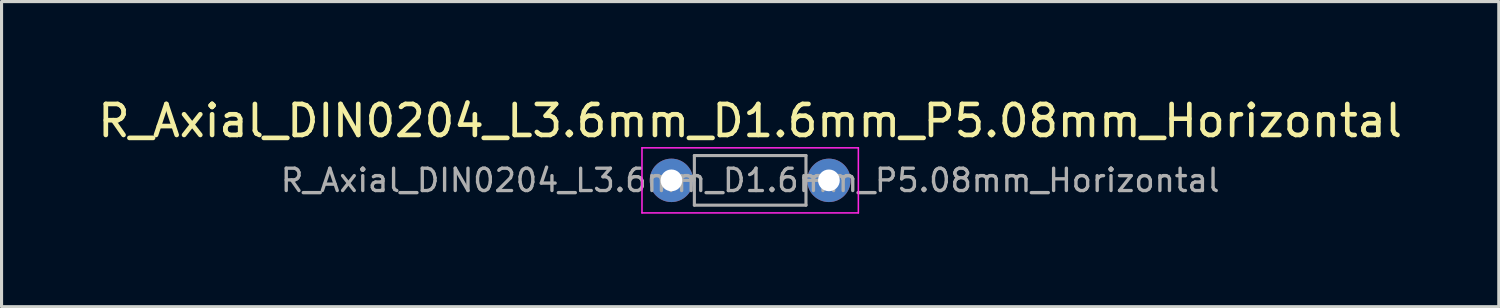
<source format=kicad_pcb>
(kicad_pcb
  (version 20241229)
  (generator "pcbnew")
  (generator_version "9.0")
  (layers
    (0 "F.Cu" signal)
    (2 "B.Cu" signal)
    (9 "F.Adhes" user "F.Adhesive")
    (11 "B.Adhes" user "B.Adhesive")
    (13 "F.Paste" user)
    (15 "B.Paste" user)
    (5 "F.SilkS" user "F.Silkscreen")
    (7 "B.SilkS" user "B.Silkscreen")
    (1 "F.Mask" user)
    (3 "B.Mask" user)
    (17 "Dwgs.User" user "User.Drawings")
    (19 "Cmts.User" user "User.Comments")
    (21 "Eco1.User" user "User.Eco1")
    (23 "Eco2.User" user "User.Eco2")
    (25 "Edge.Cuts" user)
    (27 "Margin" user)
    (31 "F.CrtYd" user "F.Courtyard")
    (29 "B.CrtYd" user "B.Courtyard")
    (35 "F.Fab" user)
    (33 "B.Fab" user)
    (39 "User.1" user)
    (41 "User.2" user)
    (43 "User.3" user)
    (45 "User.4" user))
  (footprint "R_Axial_DIN0204_L3.6mm_D1.6mm_P5.08mm_Horizontal"
    (layer "F.Cu")
    (at 18.609 2.768)
    (property "Reference" "R_Axial_DIN0204_L3.6mm_D1.6mm_P5.08mm_Horizontal" (at 2.54 -1.92 0) (layer "F.SilkS") (effects (font (size 1 1) (thickness 0.15))))
    (attr through_hole)
    (fp_line (start -0.95 -1.05) (end -0.95 1.05) (stroke (width 0.05) (type solid)) (layer "F.CrtYd"))
    (fp_line (start -0.95 1.05) (end 6.03 1.05) (stroke (width 0.05) (type solid)) (layer "F.CrtYd"))
    (fp_line (start 6.03 -1.05) (end -0.95 -1.05) (stroke (width 0.05) (type solid)) (layer "F.CrtYd"))
    (fp_line (start 6.03 1.05) (end 6.03 -1.05) (stroke (width 0.05) (type solid)) (layer "F.CrtYd"))
    (fp_line (start 0 0) (end 0.74 0) (stroke (width 0.1) (type solid)) (layer "F.Fab"))
    (fp_line (start 0.74 -0.8) (end 0.74 0.8) (stroke (width 0.1) (type solid)) (layer "F.Fab"))
    (fp_line (start 0.74 0.8) (end 4.34 0.8) (stroke (width 0.1) (type solid)) (layer "F.Fab"))
    (fp_line (start 4.34 -0.8) (end 0.74 -0.8) (stroke (width 0.1) (type solid)) (layer "F.Fab"))
    (fp_line (start 4.34 0.8) (end 4.34 -0.8) (stroke (width 0.1) (type solid)) (layer "F.Fab"))
    (fp_line (start 5.08 0) (end 4.34 0) (stroke (width 0.1) (type solid)) (layer "F.Fab"))
    (fp_text user "${REFERENCE}" (at 2.54 0 0) (layer "F.Fab") (effects (font (size 0.72 0.72) (thickness 0.108))))
    (pad "1" thru_hole circle (at 0 0) (size 1.4 1.4) (drill 0.7) (layers "*.Cu" "*.Mask"))
    (pad "2" thru_hole oval (at 5.08 0) (size 1.4 1.4) (drill 0.7) (layers "*.Cu" "*.Mask")))
  (gr_rect
    (start -3 -3)
    (end 45.298 6.843)
    (stroke (width 0.1) (type default))
    (fill no)
    (layer "Edge.Cuts")))
</source>
